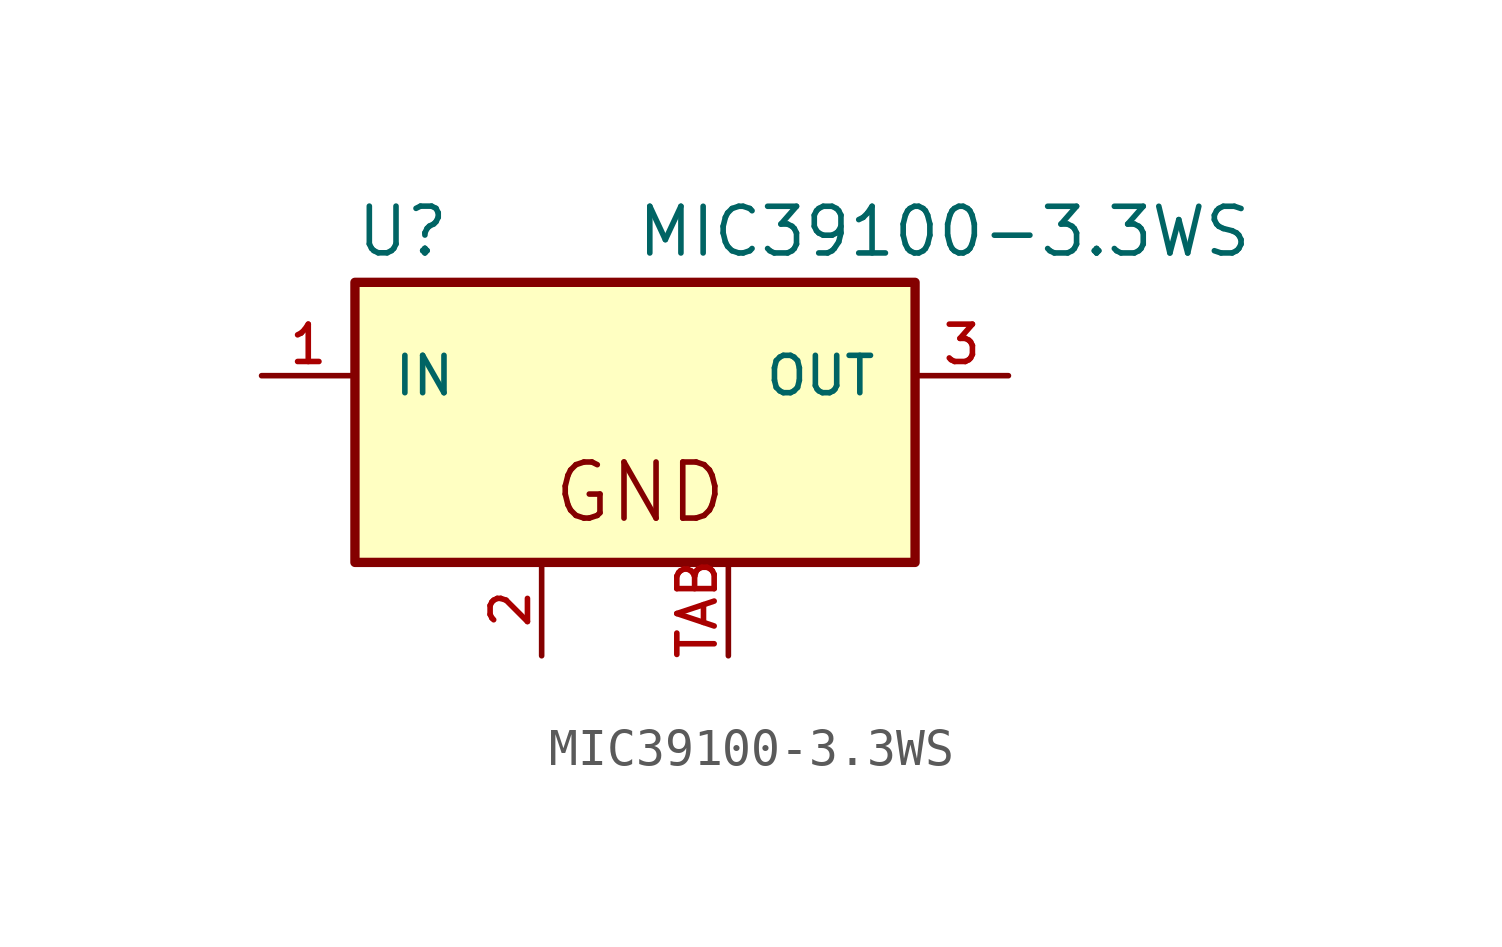
<source format=kicad_sym>
(kicad_symbol_lib
  (version 20211014)
  (generator kicad_symbol_editor)
  (symbol "MIC39100-3.3WS"
    (pin_names
      (offset 1.016))
    (property "Reference" "U"
      (at -7.631 3.18 0)
      (effects (font (size 1.27 1.27)) (justify bottom left)))
    (property "Value" "MIC39100-3.3WS"
      (at 0.0 3.176 0)
      (effects (font (size 1.27 1.27)) (justify bottom left)))
    (symbol "MIC39100-3.3WS_0_0"
      (text "GND" (at -2.289 -4.069 0) (effects (font (size 1.526 1.526)) (justify bottom left)))
      (rectangle (start -7.62 -5.08) (end 7.62 2.54) (stroke (width 0.254)) (fill (type background)))
      (pin power_in line (at -10.16 0.0 0) (length 2.54) (name "IN" (effects (font (size 1.016 1.016)))) (number "1" (effects (font (size 1.016 1.016)))))
      (pin power_in line (at 10.16 0.0 180.0) (length 2.54) (name "OUT" (effects (font (size 1.016 1.016)))) (number "3" (effects (font (size 1.016 1.016)))))
      (pin power_in line (at -2.54 -7.62 90.0) (length 2.54) (name "~" (effects (font (size 1.016 1.016)))) (number "2" (effects (font (size 1.016 1.016)))))
      (pin power_in line (at 2.54 -7.62 90.0) (length 2.54) (name "~" (effects (font (size 1.016 1.016)))) (number "TAB" (effects (font (size 1.016 1.016))))))))
</source>
